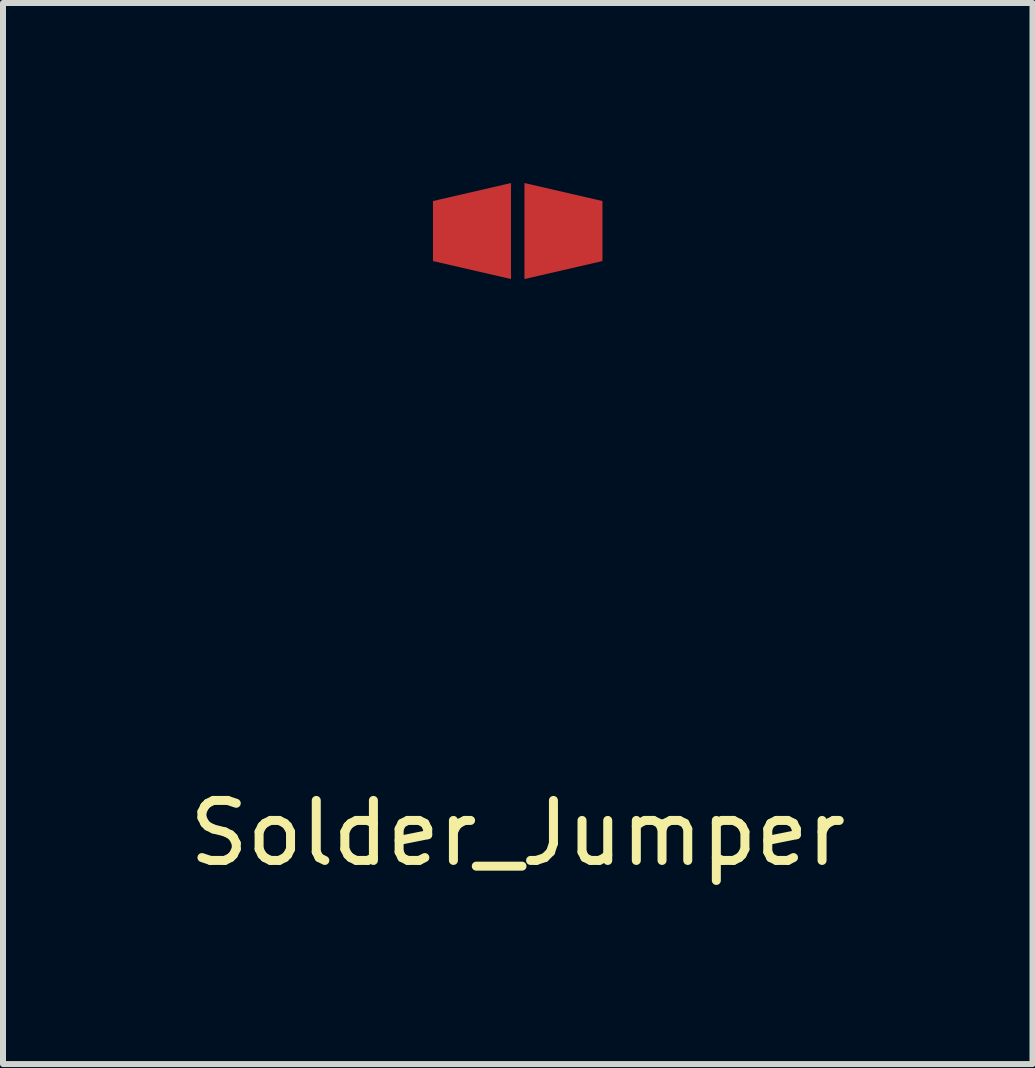
<source format=kicad_pcb>
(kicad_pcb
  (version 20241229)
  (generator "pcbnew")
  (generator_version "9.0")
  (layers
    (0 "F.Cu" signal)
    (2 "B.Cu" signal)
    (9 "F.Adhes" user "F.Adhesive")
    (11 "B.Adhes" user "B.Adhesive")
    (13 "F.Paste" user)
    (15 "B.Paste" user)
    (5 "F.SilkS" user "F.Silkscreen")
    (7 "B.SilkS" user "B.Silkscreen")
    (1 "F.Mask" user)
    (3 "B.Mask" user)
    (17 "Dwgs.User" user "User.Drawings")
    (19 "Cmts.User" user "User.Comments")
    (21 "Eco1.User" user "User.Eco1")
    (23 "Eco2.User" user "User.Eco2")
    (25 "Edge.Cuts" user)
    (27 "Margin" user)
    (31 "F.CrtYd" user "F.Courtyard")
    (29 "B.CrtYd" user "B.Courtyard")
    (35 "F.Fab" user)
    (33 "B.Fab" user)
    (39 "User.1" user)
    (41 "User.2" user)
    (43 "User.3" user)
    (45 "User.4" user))
  (footprint "Solder_Jumper"
    (layer "F.Cu")
    (at 5.577 0.8)
    (property "Reference" "Solder_Jumper" (at 0 10.033 0) (layer "F.SilkS") (effects (font (size 1 1) (thickness 0.15))))
    (attr through_hole)
    (pad "1" smd trapezoid (at 0.762 0) (size 1.3 1.3) (rect_delta 0.3 0) (layers "F.Cu" "F.Mask" "F.Paste"))
    (pad "2" smd trapezoid (at -0.762 0) (size 1.3 1.3) (rect_delta -0.3 0) (layers "F.Cu" "F.Mask" "F.Paste")))
  (gr_rect
    (start -3 -3)
    (end 14.155 14.681)
    (stroke (width 0.1) (type default))
    (fill no)
    (layer "Edge.Cuts")))
</source>
